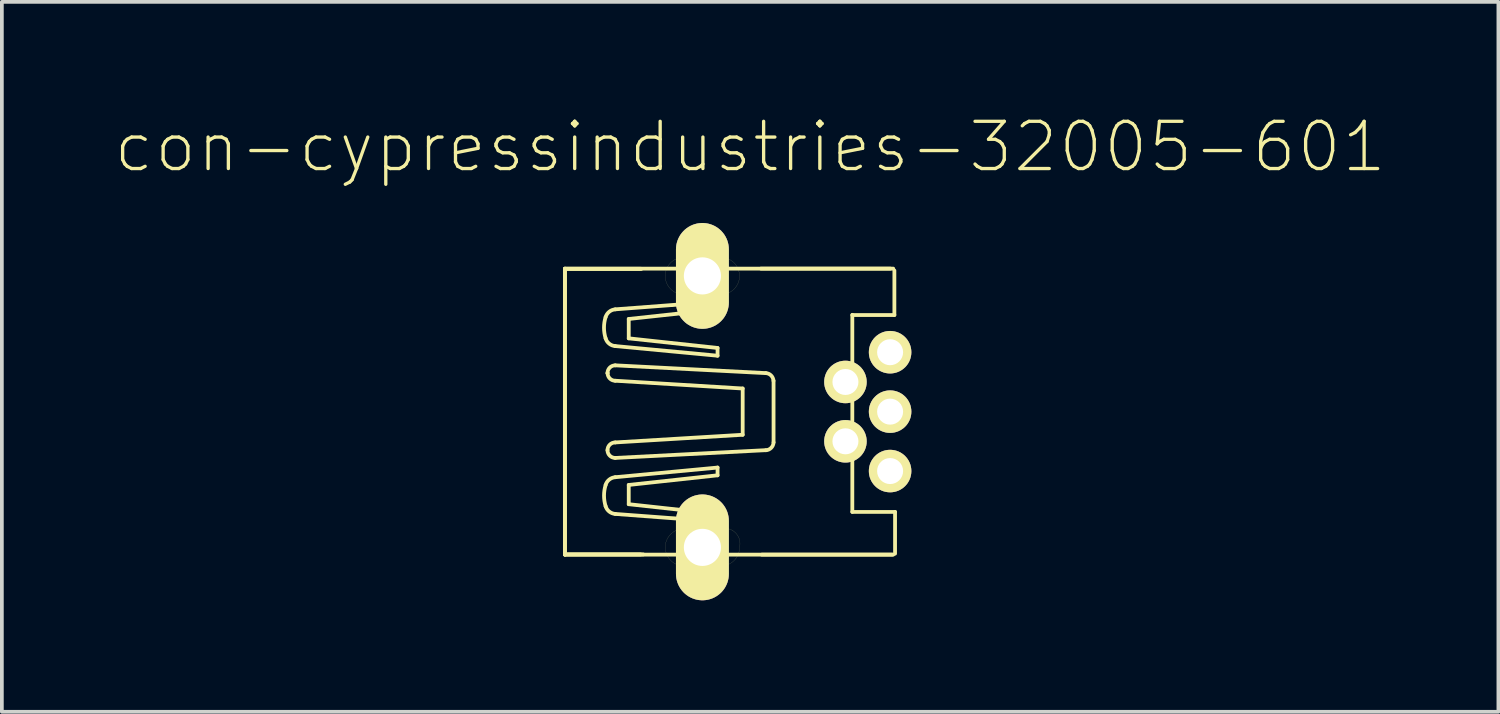
<source format=kicad_pcb>
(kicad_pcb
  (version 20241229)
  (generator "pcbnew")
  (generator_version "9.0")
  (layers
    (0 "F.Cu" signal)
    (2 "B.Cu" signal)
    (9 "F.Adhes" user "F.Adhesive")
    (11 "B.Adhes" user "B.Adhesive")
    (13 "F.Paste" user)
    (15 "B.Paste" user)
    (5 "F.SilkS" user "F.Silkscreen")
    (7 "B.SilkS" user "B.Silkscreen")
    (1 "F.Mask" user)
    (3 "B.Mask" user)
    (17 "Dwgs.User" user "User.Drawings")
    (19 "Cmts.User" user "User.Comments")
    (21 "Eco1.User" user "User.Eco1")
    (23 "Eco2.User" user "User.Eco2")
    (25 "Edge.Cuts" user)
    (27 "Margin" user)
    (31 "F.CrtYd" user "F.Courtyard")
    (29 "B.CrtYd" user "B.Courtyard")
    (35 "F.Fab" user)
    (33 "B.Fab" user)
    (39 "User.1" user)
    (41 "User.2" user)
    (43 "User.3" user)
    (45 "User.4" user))
  (footprint "con-cypressindustries-32005-601"
    (layer "F.Cu")
    (at 18.061 8.019)
    (property "Reference" "con-cypressindustries-32005-601" (at -0.94 -7.12 0) (layer "F.SilkS") (effects (font (size 1.27 1.27) (thickness 0.089))))
    (attr exclude_from_pos_files exclude_from_bom)
    (fp_line (start -5.921 -3.846) (end 2.908 -3.846) (stroke (width 0.102) (type solid)) (layer "F.SilkS"))
    (fp_line (start -5.921 3.846) (end -5.921 -3.846) (stroke (width 0.102) (type solid)) (layer "F.SilkS"))
    (fp_line (start -5.918 -3.84) (end -3.886 -3.84) (stroke (width 0.102) (type solid)) (layer "F.SilkS"))
    (fp_line (start -5.918 -3.84) (end -3.863 -3.84) (stroke (width 0.102) (type solid)) (layer "F.SilkS"))
    (fp_line (start -5.918 3.84) (end -5.918 -3.84) (stroke (width 0.102) (type solid)) (layer "F.SilkS"))
    (fp_line (start -5.918 3.84) (end -5.918 3.84) (stroke (width 0.102) (type solid)) (layer "F.SilkS"))
    (fp_line (start -5.918 3.84) (end -3.886 3.84) (stroke (width 0.102) (type solid)) (layer "F.SilkS"))
    (fp_line (start -5.918 3.84) (end -3.813 3.84) (stroke (width 0.102) (type solid)) (layer "F.SilkS"))
    (fp_line (start -4.775 -1.036) (end -4.775 -1.036) (stroke (width 0.102) (type solid)) (layer "F.SilkS"))
    (fp_line (start -4.567 -1.763) (end -1.816 -1.504) (stroke (width 0.102) (type solid)) (layer "F.SilkS"))
    (fp_line (start -4.567 -1.245) (end -0.518 -1.036) (stroke (width 0.102) (type solid)) (layer "F.SilkS"))
    (fp_line (start -4.567 -0.831) (end -1.14 -0.622) (stroke (width 0.102) (type solid)) (layer "F.SilkS"))
    (fp_line (start -4.567 0.828) (end -1.14 0.622) (stroke (width 0.102) (type solid)) (layer "F.SilkS"))
    (fp_line (start -4.567 1.245) (end -0.518 1.036) (stroke (width 0.102) (type solid)) (layer "F.SilkS"))
    (fp_line (start -4.567 1.763) (end -1.816 1.504) (stroke (width 0.102) (type solid)) (layer "F.SilkS"))
    (fp_line (start -4.204 -2.492) (end -1.816 -2.751) (stroke (width 0.102) (type solid)) (layer "F.SilkS"))
    (fp_line (start -4.204 -1.971) (end -4.204 -2.492) (stroke (width 0.102) (type solid)) (layer "F.SilkS"))
    (fp_line (start -4.204 1.971) (end -4.204 2.489) (stroke (width 0.102) (type solid)) (layer "F.SilkS"))
    (fp_line (start -4.204 2.489) (end -1.816 2.751) (stroke (width 0.102) (type solid)) (layer "F.SilkS"))
    (fp_line (start -2.723 -4.148) (end -1.725 -4.148) (stroke (width 0.003) (type solid)) (layer "F.SilkS"))
    (fp_line (start -2.723 3.15) (end -1.524 3.15) (stroke (width 0.003) (type solid)) (layer "F.SilkS"))
    (fp_line (start -1.816 -2.959) (end -4.567 -2.751) (stroke (width 0.102) (type solid)) (layer "F.SilkS"))
    (fp_line (start -1.816 -2.751) (end -1.816 -2.959) (stroke (width 0.102) (type solid)) (layer "F.SilkS"))
    (fp_line (start -1.816 -1.712) (end -4.204 -1.971) (stroke (width 0.102) (type solid)) (layer "F.SilkS"))
    (fp_line (start -1.816 -1.504) (end -1.816 -1.712) (stroke (width 0.102) (type solid)) (layer "F.SilkS"))
    (fp_line (start -1.816 1.504) (end -1.816 1.712) (stroke (width 0.102) (type solid)) (layer "F.SilkS"))
    (fp_line (start -1.816 1.712) (end -4.204 1.971) (stroke (width 0.102) (type solid)) (layer "F.SilkS"))
    (fp_line (start -1.816 2.751) (end -1.816 2.957) (stroke (width 0.102) (type solid)) (layer "F.SilkS"))
    (fp_line (start -1.816 2.957) (end -4.567 2.751) (stroke (width 0.102) (type solid)) (layer "F.SilkS"))
    (fp_line (start -1.725 -3.15) (end -2.723 -3.15) (stroke (width 0.003) (type solid)) (layer "F.SilkS"))
    (fp_line (start -1.725 4.148) (end -2.723 4.148) (stroke (width 0.003) (type solid)) (layer "F.SilkS"))
    (fp_line (start -1.14 0.622) (end -1.14 -0.622) (stroke (width 0.102) (type solid)) (layer "F.SilkS"))
    (fp_line (start -0.65 -3.846) (end 2.832 -3.846) (stroke (width 0.102) (type solid)) (layer "F.SilkS"))
    (fp_line (start -0.31 0.828) (end -0.31 -0.831) (stroke (width 0.102) (type solid)) (layer "F.SilkS"))
    (fp_line (start 1.808 -2.603) (end 1.808 2.695) (stroke (width 0.102) (type solid)) (layer "F.SilkS"))
    (fp_line (start 2.883 3.846) (end -0.627 3.846) (stroke (width 0.102) (type solid)) (layer "F.SilkS"))
    (fp_line (start 2.908 3.846) (end -5.921 3.846) (stroke (width 0.102) (type solid)) (layer "F.SilkS"))
    (fp_line (start 2.939 -3.795) (end 2.939 -2.598) (stroke (width 0.102) (type solid)) (layer "F.SilkS"))
    (fp_line (start 2.939 -2.598) (end 1.808 -2.598) (stroke (width 0.102) (type solid)) (layer "F.SilkS"))
    (fp_line (start 2.957 2.697) (end 1.808 2.697) (stroke (width 0.102) (type solid)) (layer "F.SilkS"))
    (fp_line (start 2.957 3.82) (end 2.957 2.697) (stroke (width 0.102) (type solid)) (layer "F.SilkS"))
    (fp_arc (start -4.826 -2.54254) (mid -4.728304 -2.686403) (end -4.566527 -2.750193) (stroke (width 0.1016) (type solid)) (layer "F.SilkS"))
    (fp_arc (start -4.826 -1.97104) (mid -4.869296 -2.255382) (end -4.827566 -2.539958) (stroke (width 0.1016) (type solid)) (layer "F.SilkS"))
    (fp_arc (start -4.826 1.97104) (mid -4.728304 1.827177) (end -4.566527 1.763387) (stroke (width 0.1016) (type solid)) (layer "F.SilkS"))
    (fp_arc (start -4.826 2.54254) (mid -4.868553 2.258309) (end -4.826146 1.974057) (stroke (width 0.1016) (type solid)) (layer "F.SilkS"))
    (fp_arc (start -4.7752 -1.03632) (mid -4.714196 -1.183596) (end -4.56692 -1.2446) (stroke (width 0.1016) (type solid)) (layer "F.SilkS"))
    (fp_arc (start -4.7752 1.03632) (mid -4.714196 0.889044) (end -4.56692 0.82804) (stroke (width 0.1016) (type solid)) (layer "F.SilkS"))
    (fp_arc (start -4.56692 -1.76276) (mid -4.728982 -1.826881) (end -4.826727 -1.971177) (stroke (width 0.1016) (type solid)) (layer "F.SilkS"))
    (fp_arc (start -4.56692 -0.83058) (mid -4.7124 -0.89084) (end -4.77266 -1.03632) (stroke (width 0.1016) (type solid)) (layer "F.SilkS"))
    (fp_arc (start -4.56692 1.2446) (mid -4.714196 1.183596) (end -4.7752 1.03632) (stroke (width 0.1016) (type solid)) (layer "F.SilkS"))
    (fp_arc (start -4.56692 2.75082) (mid -4.728982 2.686699) (end -4.826727 2.542403) (stroke (width 0.1016) (type solid)) (layer "F.SilkS"))
    (fp_arc (start -3.22326 -3.64998) (mid -3.076702 -4.003802) (end -2.72288 -4.15036) (stroke (width 0.00254) (type solid)) (layer "F.SilkS"))
    (fp_arc (start -3.22326 3.64998) (mid -3.076702 3.296158) (end -2.72288 3.1496) (stroke (width 0.00254) (type solid)) (layer "F.SilkS"))
    (fp_arc (start -2.72288 -3.1496) (mid -3.076702 -3.296158) (end -3.22326 -3.64998) (stroke (width 0.00254) (type solid)) (layer "F.SilkS"))
    (fp_arc (start -2.72288 4.14782) (mid -3.074906 4.002006) (end -3.22072 3.64998) (stroke (width 0.00254) (type solid)) (layer "F.SilkS"))
    (fp_arc (start -1.72466 -4.14782) (mid -1.372634 -4.002006) (end -1.22682 -3.64998) (stroke (width 0.00254) (type solid)) (layer "F.SilkS"))
    (fp_arc (start -1.524 3.1496) (mid -1.271034 3.336446) (end -1.22428 3.64744) (stroke (width 0.00254) (type solid)) (layer "F.SilkS"))
    (fp_arc (start -1.22428 -3.64998) (mid -1.370838 -3.296158) (end -1.72466 -3.1496) (stroke (width 0.00254) (type solid)) (layer "F.SilkS"))
    (fp_arc (start -1.22428 3.64998) (mid -1.370838 4.003802) (end -1.72466 4.15036) (stroke (width 0.00254) (type solid)) (layer "F.SilkS"))
    (fp_arc (start -0.51816 -1.03632) (mid -0.37566 -0.972121) (end -0.312346 -0.829227) (stroke (width 0.1016) (type solid)) (layer "F.SilkS"))
    (fp_arc (start -0.30988 0.82804) (mid -0.373032 0.972882) (end -0.51671 1.03864) (stroke (width 0.1016) (type solid)) (layer "F.SilkS"))
    (pad "1" thru_hole circle (at 2.824 -1.598) (size 1.143 1.143) (drill 0.699) (layers "*.Cu" "F.Mask" "F.SilkS" "F.Paste"))
    (pad "2" thru_hole circle (at 1.623 -0.798) (size 1.143 1.143) (drill 0.699) (layers "*.Cu" "F.Mask" "F.SilkS" "F.Paste"))
    (pad "3" thru_hole circle (at 2.824 0) (size 1.143 1.143) (drill 0.699) (layers "*.Cu" "F.Mask" "F.SilkS" "F.Paste"))
    (pad "4" thru_hole circle (at 1.623 0.798) (size 1.143 1.143) (drill 0.699) (layers "*.Cu" "F.Mask" "F.SilkS" "F.Paste"))
    (pad "5" thru_hole circle (at 2.824 1.598) (size 1.143 1.143) (drill 0.699) (layers "*.Cu" "F.Mask" "F.SilkS" "F.Paste"))
    (pad "M1" thru_hole oval (at -2.223 -3.65) (size 1.422 2.845) (drill 0.998) (layers "*.Cu" "F.Mask" "F.SilkS" "F.Paste"))
    (pad "M2" thru_hole oval (at -2.223 3.65) (size 1.422 2.845) (drill 0.998) (layers "*.Cu" "F.Mask" "F.SilkS" "F.Paste")))
  (gr_rect
    (start -3 -3)
    (end 37.242 16.091)
    (stroke (width 0.1) (type default))
    (fill no)
    (layer "Edge.Cuts")))
</source>
